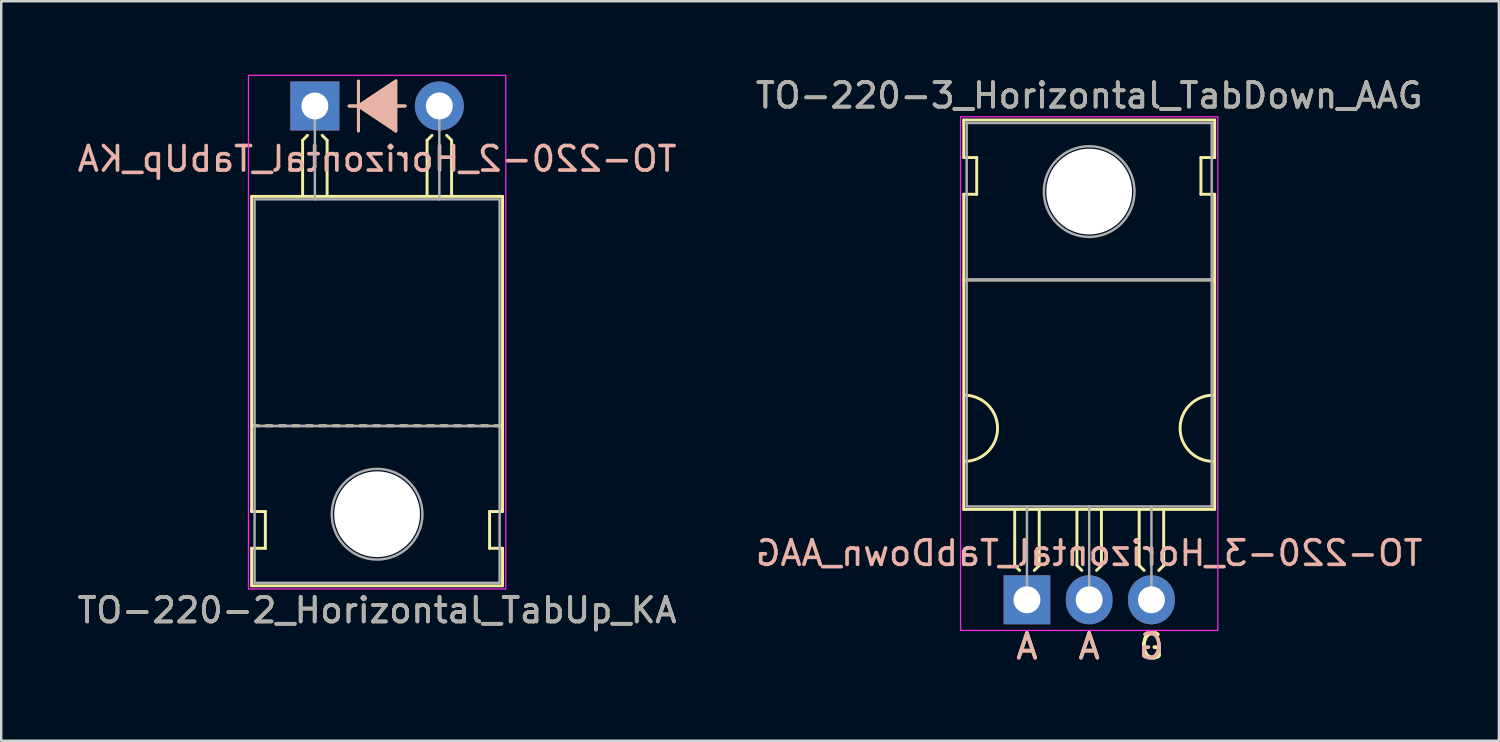
<source format=kicad_pcb>
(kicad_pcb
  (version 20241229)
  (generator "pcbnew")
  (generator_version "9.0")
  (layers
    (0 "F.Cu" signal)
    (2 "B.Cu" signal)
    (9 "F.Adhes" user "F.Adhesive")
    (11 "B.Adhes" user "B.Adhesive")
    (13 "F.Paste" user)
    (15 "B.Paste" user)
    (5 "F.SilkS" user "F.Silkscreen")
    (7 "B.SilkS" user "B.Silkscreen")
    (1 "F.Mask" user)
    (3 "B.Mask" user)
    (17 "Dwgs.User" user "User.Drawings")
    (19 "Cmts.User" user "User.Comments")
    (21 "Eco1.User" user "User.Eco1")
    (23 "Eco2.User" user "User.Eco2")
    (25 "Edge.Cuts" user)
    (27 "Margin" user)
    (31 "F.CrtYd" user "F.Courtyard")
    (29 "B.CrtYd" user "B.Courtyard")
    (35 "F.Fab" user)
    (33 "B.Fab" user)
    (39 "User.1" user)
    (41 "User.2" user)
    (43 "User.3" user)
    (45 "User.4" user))
  (footprint "TO-220-2_Horizontal_TabUp_KA"
    (layer "F.Cu")
    (at 9.799 1.275)
    (property "Reference" "TO-220-2_Horizontal_TabUp_KA" (at 2.54 20.58 0) (layer "F.SilkS") (effects (font (size 1 1) (thickness 0.15))))
    (fp_line (start -2.58 16.55) (end -2.58 3.69) (stroke (width 0.12) (type solid)) (layer "F.SilkS"))
    (fp_line (start -2.58 16.55) (end -2.02 16.55) (stroke (width 0.12) (type solid)) (layer "F.SilkS"))
    (fp_line (start -2.58 19.58) (end -2.58 18.05) (stroke (width 0.12) (type solid)) (layer "F.SilkS"))
    (fp_line (start -2.3 13.05) (end -2.55 13.05) (stroke (width 0.12) (type solid)) (layer "F.SilkS"))
    (fp_line (start -2.02 16.55) (end -2.02 18.05) (stroke (width 0.12) (type solid)) (layer "F.SilkS"))
    (fp_line (start -2.02 18.05) (end -2.58 18.05) (stroke (width 0.12) (type solid)) (layer "F.SilkS"))
    (fp_line (start -1.75 13.05) (end -2 13.05) (stroke (width 0.12) (type solid)) (layer "F.SilkS"))
    (fp_line (start -1.2 13.05) (end -1.45 13.05) (stroke (width 0.12) (type solid)) (layer "F.SilkS"))
    (fp_line (start -0.65 13.05) (end -0.9 13.05) (stroke (width 0.12) (type solid)) (layer "F.SilkS"))
    (fp_line (start -0.5 1.4) (end -0.3 1.2) (stroke (width 0.12) (type solid)) (layer "F.SilkS"))
    (fp_line (start -0.5 3.65) (end -0.5 1.4) (stroke (width 0.12) (type solid)) (layer "F.SilkS"))
    (fp_line (start -0.1 13.05) (end -0.35 13.05) (stroke (width 0.12) (type solid)) (layer "F.SilkS"))
    (fp_line (start 0.45 13.05) (end 0.2 13.05) (stroke (width 0.12) (type solid)) (layer "F.SilkS"))
    (fp_line (start 0.5 1.4) (end 0.3 1.2) (stroke (width 0.12) (type solid)) (layer "F.SilkS"))
    (fp_line (start 0.5 3.65) (end 0.5 1.4) (stroke (width 0.12) (type solid)) (layer "F.SilkS"))
    (fp_line (start 1 13.05) (end 0.75 13.05) (stroke (width 0.12) (type solid)) (layer "F.SilkS"))
    (fp_line (start 1.397 0) (end 1.778 0) (stroke (width 0.12) (type solid)) (layer "F.SilkS"))
    (fp_line (start 1.55 13.05) (end 1.3 13.05) (stroke (width 0.12) (type solid)) (layer "F.SilkS"))
    (fp_line (start 1.778 0) (end 1.778 -1.016) (stroke (width 0.12) (type solid)) (layer "F.SilkS"))
    (fp_line (start 1.778 0) (end 1.778 1.016) (stroke (width 0.12) (type solid)) (layer "F.SilkS"))
    (fp_line (start 1.778 0) (end 3.302 1.016) (stroke (width 0.12) (type solid)) (layer "F.SilkS"))
    (fp_line (start 2.1 13.05) (end 1.85 13.05) (stroke (width 0.12) (type solid)) (layer "F.SilkS"))
    (fp_line (start 2.65 13.05) (end 2.4 13.05) (stroke (width 0.12) (type solid)) (layer "F.SilkS"))
    (fp_line (start 3.2 13.05) (end 2.95 13.05) (stroke (width 0.12) (type solid)) (layer "F.SilkS"))
    (fp_line (start 3.302 -1.016) (end 1.778 0) (stroke (width 0.12) (type solid)) (layer "F.SilkS"))
    (fp_line (start 3.302 0) (end 3.683 0) (stroke (width 0.12) (type solid)) (layer "F.SilkS"))
    (fp_line (start 3.302 1.016) (end 3.302 -1.016) (stroke (width 0.12) (type solid)) (layer "F.SilkS"))
    (fp_line (start 3.75 13.05) (end 3.5 13.05) (stroke (width 0.12) (type solid)) (layer "F.SilkS"))
    (fp_line (start 4.3 13.05) (end 4.05 13.05) (stroke (width 0.12) (type solid)) (layer "F.SilkS"))
    (fp_line (start 4.58 1.4) (end 4.78 1.2) (stroke (width 0.12) (type solid)) (layer "F.SilkS"))
    (fp_line (start 4.58 3.65) (end 4.58 1.4) (stroke (width 0.12) (type solid)) (layer "F.SilkS"))
    (fp_line (start 4.85 13.05) (end 4.6 13.05) (stroke (width 0.12) (type solid)) (layer "F.SilkS"))
    (fp_line (start 5.4 13.05) (end 5.15 13.05) (stroke (width 0.12) (type solid)) (layer "F.SilkS"))
    (fp_line (start 5.58 1.4) (end 5.38 1.2) (stroke (width 0.12) (type solid)) (layer "F.SilkS"))
    (fp_line (start 5.58 3.65) (end 5.58 1.4) (stroke (width 0.12) (type solid)) (layer "F.SilkS"))
    (fp_line (start 5.95 13.05) (end 5.7 13.05) (stroke (width 0.12) (type solid)) (layer "F.SilkS"))
    (fp_line (start 6.5 13.05) (end 6.25 13.05) (stroke (width 0.12) (type solid)) (layer "F.SilkS"))
    (fp_line (start 7.05 13.05) (end 6.8 13.05) (stroke (width 0.12) (type solid)) (layer "F.SilkS"))
    (fp_line (start 7.13 16.55) (end 7.655 16.55) (stroke (width 0.12) (type solid)) (layer "F.SilkS"))
    (fp_line (start 7.13 18.05) (end 7.13 16.55) (stroke (width 0.12) (type solid)) (layer "F.SilkS"))
    (fp_line (start 7.6 13.05) (end 7.35 13.05) (stroke (width 0.12) (type solid)) (layer "F.SilkS"))
    (fp_line (start 7.66 3.69) (end -2.58 3.69) (stroke (width 0.12) (type solid)) (layer "F.SilkS"))
    (fp_line (start 7.66 16.55) (end 7.66 3.69) (stroke (width 0.12) (type solid)) (layer "F.SilkS"))
    (fp_line (start 7.66 18.05) (end 7.13 18.05) (stroke (width 0.12) (type solid)) (layer "F.SilkS"))
    (fp_line (start 7.66 19.58) (end -2.58 19.58) (stroke (width 0.12) (type solid)) (layer "F.SilkS"))
    (fp_line (start 7.66 19.58) (end 7.66 18.05) (stroke (width 0.12) (type solid)) (layer "F.SilkS"))
    (fp_poly (pts (xy 3.3 1) (xy 1.8 0) (xy 3.3 -1)) (stroke (width 0.1) (type solid)) (fill yes) (layer "F.SilkS"))
    (fp_line (start 1.397 0) (end 1.778 0) (stroke (width 0.12) (type solid)) (layer "B.SilkS"))
    (fp_line (start 1.778 0) (end 1.778 -1.016) (stroke (width 0.12) (type solid)) (layer "B.SilkS"))
    (fp_line (start 1.778 0) (end 1.778 1.016) (stroke (width 0.12) (type solid)) (layer "B.SilkS"))
    (fp_line (start 1.778 0) (end 3.302 -1.016) (stroke (width 0.12) (type solid)) (layer "B.SilkS"))
    (fp_line (start 3.302 -1.016) (end 3.302 1.016) (stroke (width 0.12) (type solid)) (layer "B.SilkS"))
    (fp_line (start 3.302 0) (end 3.683 0) (stroke (width 0.12) (type solid)) (layer "B.SilkS"))
    (fp_line (start 3.302 1.016) (end 1.778 0) (stroke (width 0.12) (type solid)) (layer "B.SilkS"))
    (fp_poly (pts (xy 3.3 -1) (xy 1.8 0) (xy 3.3 1)) (stroke (width 0.1) (type solid)) (fill yes) (layer "B.SilkS"))
    (fp_line (start -2.71 -1.25) (end -2.71 19.71) (stroke (width 0.05) (type solid)) (layer "F.CrtYd"))
    (fp_line (start -2.71 19.71) (end 7.79 19.71) (stroke (width 0.05) (type solid)) (layer "F.CrtYd"))
    (fp_line (start 7.79 -1.25) (end -2.71 -1.25) (stroke (width 0.05) (type solid)) (layer "F.CrtYd"))
    (fp_line (start 7.79 19.71) (end 7.79 -1.25) (stroke (width 0.05) (type solid)) (layer "F.CrtYd"))
    (fp_line (start -2.46 3.81) (end -2.46 13.06) (stroke (width 0.1) (type solid)) (layer "F.Fab"))
    (fp_line (start -2.46 13.06) (end -2.46 19.46) (stroke (width 0.1) (type solid)) (layer "F.Fab"))
    (fp_line (start -2.46 13.06) (end 7.54 13.06) (stroke (width 0.1) (type solid)) (layer "F.Fab"))
    (fp_line (start -2.46 19.46) (end 7.54 19.46) (stroke (width 0.1) (type solid)) (layer "F.Fab"))
    (fp_line (start 0 3.81) (end 0 0) (stroke (width 0.1) (type solid)) (layer "F.Fab"))
    (fp_line (start 5.08 3.81) (end 5.08 0) (stroke (width 0.1) (type solid)) (layer "F.Fab"))
    (fp_line (start 7.54 3.81) (end -2.46 3.81) (stroke (width 0.1) (type solid)) (layer "F.Fab"))
    (fp_line (start 7.54 13.06) (end -2.46 13.06) (stroke (width 0.1) (type solid)) (layer "F.Fab"))
    (fp_line (start 7.54 13.06) (end 7.54 3.81) (stroke (width 0.1) (type solid)) (layer "F.Fab"))
    (fp_line (start 7.54 19.46) (end 7.54 13.06) (stroke (width 0.1) (type solid)) (layer "F.Fab"))
    (fp_circle (center 2.54 16.66) (end 4.39 16.66) (stroke (width 0.1) (type solid)) (fill no) (layer "F.Fab"))
    (fp_text user "${REFERENCE}" (at 2.54 2.159 0) (layer "B.SilkS") (effects (font (size 1 1) (thickness 0.15)) (justify mirror)))
    (fp_text user "${REFERENCE}" (at 2.54 20.58 0) (layer "F.Fab") (effects (font (size 1 1) (thickness 0.15))))
    (pad "" np_thru_hole oval (at 2.54 16.66) (size 3.5 3.5) (drill 3.5) (layers "*.Cu" "*.Mask"))
    (pad "1" thru_hole rect (at 0 0) (size 2 2) (drill 1.1) (layers "*.Cu" "*.Mask"))
    (pad "2" thru_hole oval (at 5.08 0) (size 2 2) (drill 1.1) (layers "*.Cu" "*.Mask")))
  (footprint "TO-220-3_Horizontal_TabDown_AAG"
    (layer "F.Cu")
    (at 38.859 21.428)
    (property "Reference" "TO-220-3_Horizontal_TabDown_AAG" (at 2.54 -20.58 0) (layer "F.SilkS") (effects (font (size 1 1) (thickness 0.15))))
    (fp_line (start -2.58 -19.58) (end -2.58 -18.05) (stroke (width 0.12) (type solid)) (layer "F.SilkS"))
    (fp_line (start -2.58 -19.58) (end 7.66 -19.58) (stroke (width 0.12) (type solid)) (layer "F.SilkS"))
    (fp_line (start -2.58 -18.05) (end -2.05 -18.05) (stroke (width 0.12) (type solid)) (layer "F.SilkS"))
    (fp_line (start -2.58 -16.55) (end -2.58 -3.69) (stroke (width 0.12) (type solid)) (layer "F.SilkS"))
    (fp_line (start -2.58 -3.69) (end 7.66 -3.69) (stroke (width 0.12) (type solid)) (layer "F.SilkS"))
    (fp_line (start -2.575 -13.05) (end 7.65 -13.05) (stroke (width 0.12) (type solid)) (layer "F.SilkS"))
    (fp_line (start -2.05 -18.05) (end -2.05 -16.55) (stroke (width 0.12) (type solid)) (layer "F.SilkS"))
    (fp_line (start -2.05 -16.55) (end -2.575 -16.55) (stroke (width 0.12) (type solid)) (layer "F.SilkS"))
    (fp_line (start -0.5 -3.65) (end -0.5 -1.4) (stroke (width 0.12) (type solid)) (layer "F.SilkS"))
    (fp_line (start -0.5 -1.4) (end -0.3 -1.2) (stroke (width 0.12) (type solid)) (layer "F.SilkS"))
    (fp_line (start 0.5 -3.65) (end 0.5 -1.4) (stroke (width 0.12) (type solid)) (layer "F.SilkS"))
    (fp_line (start 0.5 -1.4) (end 0.3 -1.2) (stroke (width 0.12) (type solid)) (layer "F.SilkS"))
    (fp_line (start 2.04 -3.65) (end 2.04 -1.4) (stroke (width 0.12) (type solid)) (layer "F.SilkS"))
    (fp_line (start 2.04 -1.4) (end 2.24 -1.2) (stroke (width 0.12) (type solid)) (layer "F.SilkS"))
    (fp_line (start 3.04 -3.65) (end 3.04 -1.4) (stroke (width 0.12) (type solid)) (layer "F.SilkS"))
    (fp_line (start 3.04 -1.4) (end 2.84 -1.2) (stroke (width 0.12) (type solid)) (layer "F.SilkS"))
    (fp_line (start 4.58 -3.65) (end 4.58 -1.4) (stroke (width 0.12) (type solid)) (layer "F.SilkS"))
    (fp_line (start 4.58 -1.4) (end 4.78 -1.2) (stroke (width 0.12) (type solid)) (layer "F.SilkS"))
    (fp_line (start 5.58 -3.65) (end 5.58 -1.4) (stroke (width 0.12) (type solid)) (layer "F.SilkS"))
    (fp_line (start 5.58 -1.4) (end 5.38 -1.2) (stroke (width 0.12) (type solid)) (layer "F.SilkS"))
    (fp_line (start 7.1 -18.05) (end 7.66 -18.05) (stroke (width 0.12) (type solid)) (layer "F.SilkS"))
    (fp_line (start 7.1 -16.55) (end 7.1 -18.05) (stroke (width 0.12) (type solid)) (layer "F.SilkS"))
    (fp_line (start 7.66 -19.58) (end 7.66 -18.05) (stroke (width 0.12) (type solid)) (layer "F.SilkS"))
    (fp_line (start 7.66 -16.55) (end 7.1 -16.55) (stroke (width 0.12) (type solid)) (layer "F.SilkS"))
    (fp_line (start 7.66 -16.55) (end 7.66 -3.69) (stroke (width 0.12) (type solid)) (layer "F.SilkS"))
    (fp_arc (start -2.55 -8.35) (mid -1.2 -7) (end -2.55 -5.65) (stroke (width 0.12) (type solid)) (layer "F.SilkS"))
    (fp_arc (start 7.6 -5.65) (mid 6.25 -7) (end 7.6 -8.35) (stroke (width 0.12) (type solid)) (layer "F.SilkS"))
    (fp_line (start -2.71 -19.71) (end -2.71 1.25) (stroke (width 0.05) (type solid)) (layer "F.CrtYd"))
    (fp_line (start -2.71 1.25) (end 7.79 1.25) (stroke (width 0.05) (type solid)) (layer "F.CrtYd"))
    (fp_line (start 7.79 -19.71) (end -2.71 -19.71) (stroke (width 0.05) (type solid)) (layer "F.CrtYd"))
    (fp_line (start 7.79 1.25) (end 7.79 -19.71) (stroke (width 0.05) (type solid)) (layer "F.CrtYd"))
    (fp_line (start -2.46 -19.46) (end 7.54 -19.46) (stroke (width 0.1) (type solid)) (layer "F.Fab"))
    (fp_line (start -2.46 -13.06) (end -2.46 -19.46) (stroke (width 0.1) (type solid)) (layer "F.Fab"))
    (fp_line (start -2.46 -13.06) (end 7.54 -13.06) (stroke (width 0.1) (type solid)) (layer "F.Fab"))
    (fp_line (start -2.46 -3.81) (end -2.46 -13.06) (stroke (width 0.1) (type solid)) (layer "F.Fab"))
    (fp_line (start 0 -3.81) (end 0 0) (stroke (width 0.1) (type solid)) (layer "F.Fab"))
    (fp_line (start 2.54 -3.81) (end 2.54 0) (stroke (width 0.1) (type solid)) (layer "F.Fab"))
    (fp_line (start 5.08 -3.81) (end 5.08 0) (stroke (width 0.1) (type solid)) (layer "F.Fab"))
    (fp_line (start 7.54 -19.46) (end 7.54 -13.06) (stroke (width 0.1) (type solid)) (layer "F.Fab"))
    (fp_line (start 7.54 -13.06) (end -2.46 -13.06) (stroke (width 0.1) (type solid)) (layer "F.Fab"))
    (fp_line (start 7.54 -13.06) (end 7.54 -3.81) (stroke (width 0.1) (type solid)) (layer "F.Fab"))
    (fp_line (start 7.54 -3.81) (end -2.46 -3.81) (stroke (width 0.1) (type solid)) (layer "F.Fab"))
    (fp_circle (center 2.54 -16.66) (end 4.39 -16.66) (stroke (width 0.1) (type solid)) (fill no) (layer "F.Fab"))
    (fp_text user "A" (at 2.54 1.905 0) (unlocked yes) (layer "F.SilkS") (effects (font (size 1 1) (thickness 0.15))))
    (fp_text user "G" (at 5.08 1.905 0) (unlocked yes) (layer "F.SilkS") (effects (font (size 1 1) (thickness 0.15))))
    (fp_text user "A" (at 0 1.905 0) (unlocked yes) (layer "F.SilkS") (effects (font (size 1 1) (thickness 0.15))))
    (fp_text user "A" (at 0 1.905 0) (unlocked yes) (layer "B.SilkS") (effects (font (size 1 1) (thickness 0.15)) (justify mirror)))
    (fp_text user "A" (at 2.54 1.905 0) (unlocked yes) (layer "B.SilkS") (effects (font (size 1 1) (thickness 0.15)) (justify mirror)))
    (fp_text user "${REFERENCE}" (at 2.54 -1.905 0) (layer "B.SilkS") (effects (font (size 1 1) (thickness 0.15)) (justify mirror)))
    (fp_text user "G" (at 5.08 1.905 0) (unlocked yes) (layer "B.SilkS") (effects (font (size 1 1) (thickness 0.15)) (justify mirror)))
    (fp_text user "${REFERENCE}" (at 2.54 -20.58 0) (layer "F.Fab") (effects (font (size 1 1) (thickness 0.15))))
    (pad "" np_thru_hole oval (at 2.54 -16.66) (size 3.5 3.5) (drill 3.5) (layers "*.Cu" "*.Mask"))
    (pad "1" thru_hole rect (at 0 0) (size 1.905 2) (drill 1.1) (layers "*.Cu" "*.Mask"))
    (pad "2" thru_hole oval (at 2.54 0) (size 1.905 2) (drill 1.1) (layers "*.Cu" "*.Mask"))
    (pad "3" thru_hole oval (at 5.08 0) (size 1.905 2) (drill 1.1) (layers "*.Cu" "*.Mask")))
  (gr_rect
    (start -3 -3)
    (end 58.119 27.181)
    (stroke (width 0.1) (type default))
    (fill no)
    (layer "Edge.Cuts")))
</source>
